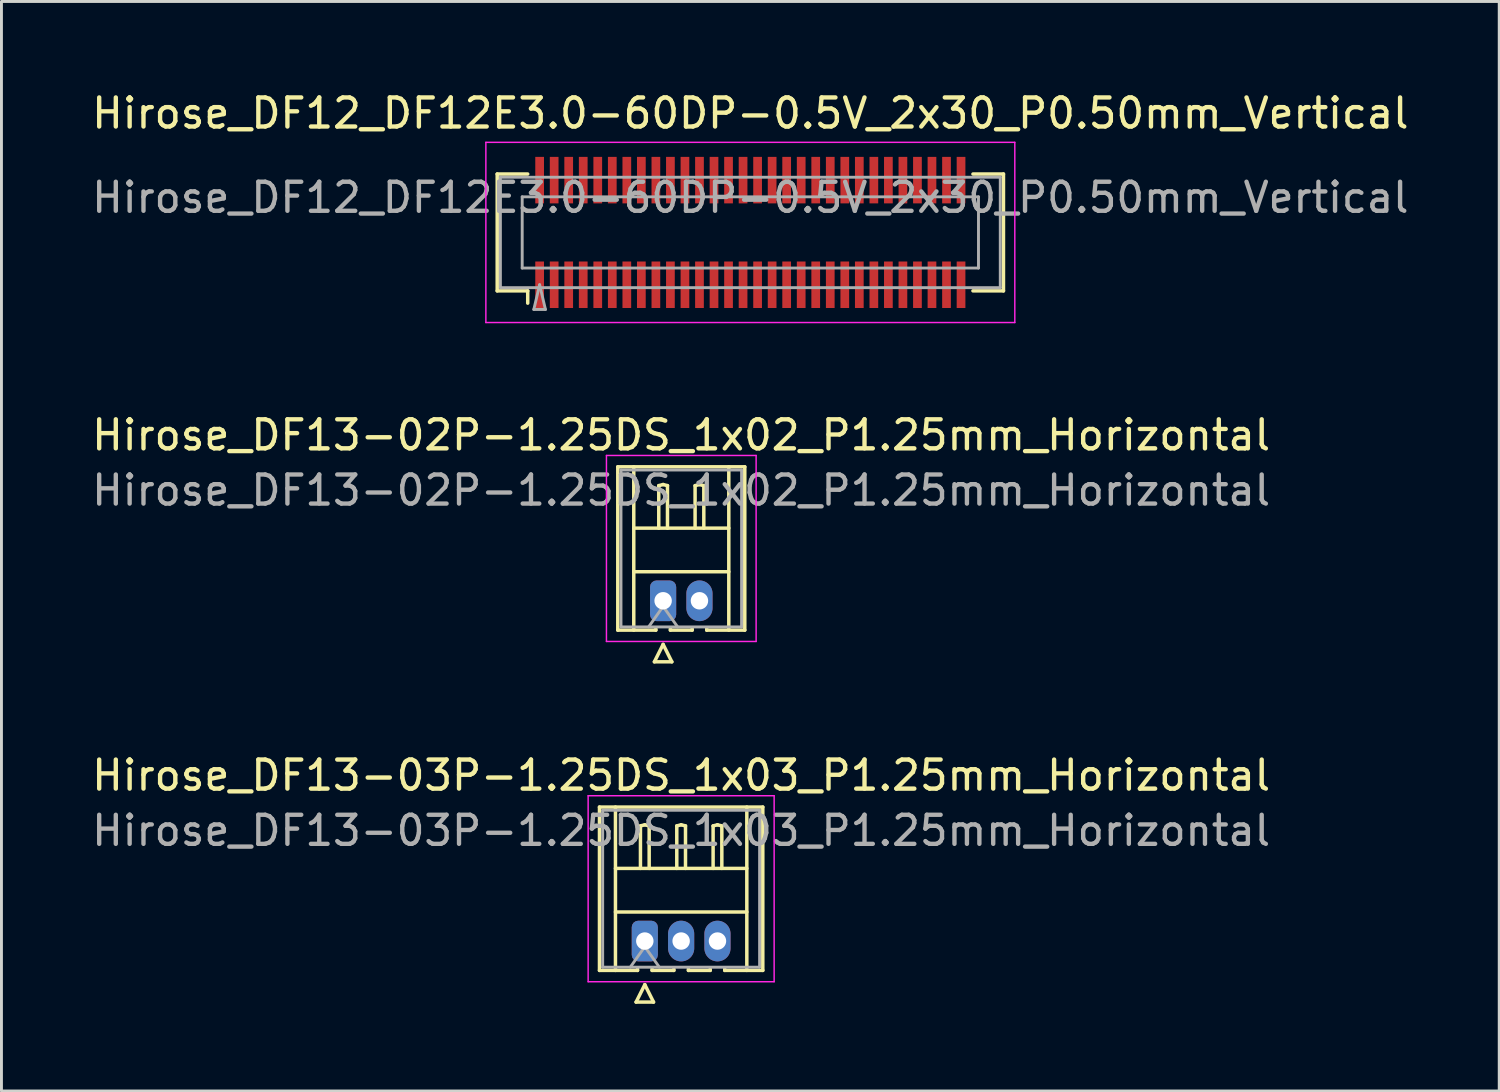
<source format=kicad_pcb>
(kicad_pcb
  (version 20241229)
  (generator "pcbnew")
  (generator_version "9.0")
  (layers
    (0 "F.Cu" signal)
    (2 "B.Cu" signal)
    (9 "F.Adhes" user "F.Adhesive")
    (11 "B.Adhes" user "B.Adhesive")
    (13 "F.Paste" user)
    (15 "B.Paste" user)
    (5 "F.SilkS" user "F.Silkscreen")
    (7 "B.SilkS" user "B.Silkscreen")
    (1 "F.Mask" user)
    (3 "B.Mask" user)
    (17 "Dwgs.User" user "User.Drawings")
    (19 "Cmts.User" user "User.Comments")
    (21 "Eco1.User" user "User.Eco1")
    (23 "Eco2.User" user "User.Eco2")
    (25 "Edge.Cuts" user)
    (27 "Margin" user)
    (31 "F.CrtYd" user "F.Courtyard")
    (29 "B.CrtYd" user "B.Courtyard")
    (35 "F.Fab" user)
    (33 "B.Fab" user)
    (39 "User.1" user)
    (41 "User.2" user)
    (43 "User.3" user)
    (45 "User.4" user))
  (footprint "Hirose_DF12_DF12E3.0-60DP-0.5V_2x30_P0.50mm_Vertical"
    (layer "F.Cu")
    (at 22.768 4.948)
    (property "Reference" "Hirose_DF12_DF12E3.0-60DP-0.5V_2x30_P0.50mm_Vertical" (at 0 -4.1 0) (layer "F.SilkS") (effects (font (size 1 1) (thickness 0.15))))
    (attr smd)
    (fp_line (start -8.71 -2.01) (end -7.66 -2.01) (stroke (width 0.12) (type solid)) (layer "F.SilkS"))
    (fp_line (start -8.71 2.01) (end -8.71 -2.01) (stroke (width 0.12) (type solid)) (layer "F.SilkS"))
    (fp_line (start -7.66 2.01) (end -8.71 2.01) (stroke (width 0.12) (type solid)) (layer "F.SilkS"))
    (fp_line (start -7.66 2.433) (end -7.66 2.01) (stroke (width 0.12) (type solid)) (layer "F.SilkS"))
    (fp_line (start 7.66 2.01) (end 8.71 2.01) (stroke (width 0.12) (type solid)) (layer "F.SilkS"))
    (fp_line (start 8.71 -2.01) (end 7.66 -2.01) (stroke (width 0.12) (type solid)) (layer "F.SilkS"))
    (fp_line (start 8.71 2.01) (end 8.71 -2.01) (stroke (width 0.12) (type solid)) (layer "F.SilkS"))
    (fp_line (start -9.1 -3.1) (end -9.1 3.1) (stroke (width 0.05) (type solid)) (layer "F.CrtYd"))
    (fp_line (start -9.1 3.1) (end 9.1 3.1) (stroke (width 0.05) (type solid)) (layer "F.CrtYd"))
    (fp_line (start 9.1 -3.1) (end -9.1 -3.1) (stroke (width 0.05) (type solid)) (layer "F.CrtYd"))
    (fp_line (start 9.1 3.1) (end 9.1 -3.1) (stroke (width 0.05) (type solid)) (layer "F.CrtYd"))
    (fp_line (start -8.6 -1.9) (end 8.6 -1.9) (stroke (width 0.1) (type solid)) (layer "F.Fab"))
    (fp_line (start -8.6 1.9) (end -8.6 -1.9) (stroke (width 0.1) (type solid)) (layer "F.Fab"))
    (fp_line (start -7.85 -1.225) (end 7.85 -1.225) (stroke (width 0.1) (type solid)) (layer "F.Fab"))
    (fp_line (start -7.85 1.225) (end -7.85 -1.225) (stroke (width 0.1) (type solid)) (layer "F.Fab"))
    (fp_line (start -7.45 2.65) (end -7.25 1.8) (stroke (width 0.1) (type solid)) (layer "F.Fab"))
    (fp_line (start -7.25 1.8) (end -7.05 2.65) (stroke (width 0.1) (type solid)) (layer "F.Fab"))
    (fp_line (start -7.05 2.65) (end -7.45 2.65) (stroke (width 0.1) (type solid)) (layer "F.Fab"))
    (fp_line (start 7.85 -1.225) (end 7.85 1.225) (stroke (width 0.1) (type solid)) (layer "F.Fab"))
    (fp_line (start 7.85 1.225) (end -7.85 1.225) (stroke (width 0.1) (type solid)) (layer "F.Fab"))
    (fp_line (start 8.6 -1.9) (end 8.6 1.9) (stroke (width 0.1) (type solid)) (layer "F.Fab"))
    (fp_line (start 8.6 1.9) (end -8.6 1.9) (stroke (width 0.1) (type solid)) (layer "F.Fab"))
    (fp_text user "${REFERENCE}" (at 0 -1.2 0) (layer "F.Fab") (effects (font (size 1 1) (thickness 0.15))))
    (pad "" smd rect (at -7.25 -2) (size 0.28 1.2) (layers "F.Paste"))
    (pad "" smd rect (at -7.25 2) (size 0.28 1.2) (layers "F.Paste"))
    (pad "" smd rect (at -6.75 -2) (size 0.28 1.2) (layers "F.Paste"))
    (pad "" smd rect (at -6.75 2) (size 0.28 1.2) (layers "F.Paste"))
    (pad "" smd rect (at -6.25 -2) (size 0.28 1.2) (layers "F.Paste"))
    (pad "" smd rect (at -6.25 2) (size 0.28 1.2) (layers "F.Paste"))
    (pad "" smd rect (at -5.75 -2) (size 0.28 1.2) (layers "F.Paste"))
    (pad "" smd rect (at -5.75 2) (size 0.28 1.2) (layers "F.Paste"))
    (pad "" smd rect (at -5.25 -2) (size 0.28 1.2) (layers "F.Paste"))
    (pad "" smd rect (at -5.25 2) (size 0.28 1.2) (layers "F.Paste"))
    (pad "" smd rect (at -4.75 -2) (size 0.28 1.2) (layers "F.Paste"))
    (pad "" smd rect (at -4.75 2) (size 0.28 1.2) (layers "F.Paste"))
    (pad "" smd rect (at -4.25 -2) (size 0.28 1.2) (layers "F.Paste"))
    (pad "" smd rect (at -4.25 2) (size 0.28 1.2) (layers "F.Paste"))
    (pad "" smd rect (at -3.75 -2) (size 0.28 1.2) (layers "F.Paste"))
    (pad "" smd rect (at -3.75 2) (size 0.28 1.2) (layers "F.Paste"))
    (pad "" smd rect (at -3.25 -2) (size 0.28 1.2) (layers "F.Paste"))
    (pad "" smd rect (at -3.25 2) (size 0.28 1.2) (layers "F.Paste"))
    (pad "" smd rect (at -2.75 -2) (size 0.28 1.2) (layers "F.Paste"))
    (pad "" smd rect (at -2.75 2) (size 0.28 1.2) (layers "F.Paste"))
    (pad "" smd rect (at -2.25 -2) (size 0.28 1.2) (layers "F.Paste"))
    (pad "" smd rect (at -2.25 2) (size 0.28 1.2) (layers "F.Paste"))
    (pad "" smd rect (at -1.75 -2) (size 0.28 1.2) (layers "F.Paste"))
    (pad "" smd rect (at -1.75 2) (size 0.28 1.2) (layers "F.Paste"))
    (pad "" smd rect (at -1.25 -2) (size 0.28 1.2) (layers "F.Paste"))
    (pad "" smd rect (at -1.25 2) (size 0.28 1.2) (layers "F.Paste"))
    (pad "" smd rect (at -0.75 -2) (size 0.28 1.2) (layers "F.Paste"))
    (pad "" smd rect (at -0.75 2) (size 0.28 1.2) (layers "F.Paste"))
    (pad "" smd rect (at -0.25 -2) (size 0.28 1.2) (layers "F.Paste"))
    (pad "" smd rect (at -0.25 2) (size 0.28 1.2) (layers "F.Paste"))
    (pad "" smd rect (at 0.25 -2) (size 0.28 1.2) (layers "F.Paste"))
    (pad "" smd rect (at 0.25 2) (size 0.28 1.2) (layers "F.Paste"))
    (pad "" smd rect (at 0.75 -2) (size 0.28 1.2) (layers "F.Paste"))
    (pad "" smd rect (at 0.75 2) (size 0.28 1.2) (layers "F.Paste"))
    (pad "" smd rect (at 1.25 -2) (size 0.28 1.2) (layers "F.Paste"))
    (pad "" smd rect (at 1.25 2) (size 0.28 1.2) (layers "F.Paste"))
    (pad "" smd rect (at 1.75 -2) (size 0.28 1.2) (layers "F.Paste"))
    (pad "" smd rect (at 1.75 2) (size 0.28 1.2) (layers "F.Paste"))
    (pad "" smd rect (at 2.25 -2) (size 0.28 1.2) (layers "F.Paste"))
    (pad "" smd rect (at 2.25 2) (size 0.28 1.2) (layers "F.Paste"))
    (pad "" smd rect (at 2.75 -2) (size 0.28 1.2) (layers "F.Paste"))
    (pad "" smd rect (at 2.75 2) (size 0.28 1.2) (layers "F.Paste"))
    (pad "" smd rect (at 3.25 -2) (size 0.28 1.2) (layers "F.Paste"))
    (pad "" smd rect (at 3.25 2) (size 0.28 1.2) (layers "F.Paste"))
    (pad "" smd rect (at 3.75 -2) (size 0.28 1.2) (layers "F.Paste"))
    (pad "" smd rect (at 3.75 2) (size 0.28 1.2) (layers "F.Paste"))
    (pad "" smd rect (at 4.25 -2) (size 0.28 1.2) (layers "F.Paste"))
    (pad "" smd rect (at 4.25 2) (size 0.28 1.2) (layers "F.Paste"))
    (pad "" smd rect (at 4.75 -2) (size 0.28 1.2) (layers "F.Paste"))
    (pad "" smd rect (at 4.75 2) (size 0.28 1.2) (layers "F.Paste"))
    (pad "" smd rect (at 5.25 -2) (size 0.28 1.2) (layers "F.Paste"))
    (pad "" smd rect (at 5.25 2) (size 0.28 1.2) (layers "F.Paste"))
    (pad "" smd rect (at 5.75 -2) (size 0.28 1.2) (layers "F.Paste"))
    (pad "" smd rect (at 5.75 2) (size 0.28 1.2) (layers "F.Paste"))
    (pad "" smd rect (at 6.25 -2) (size 0.28 1.2) (layers "F.Paste"))
    (pad "" smd rect (at 6.25 2) (size 0.28 1.2) (layers "F.Paste"))
    (pad "" smd rect (at 6.75 -2) (size 0.28 1.2) (layers "F.Paste"))
    (pad "" smd rect (at 6.75 2) (size 0.28 1.2) (layers "F.Paste"))
    (pad "" smd rect (at 7.25 -2) (size 0.28 1.2) (layers "F.Paste"))
    (pad "" smd rect (at 7.25 2) (size 0.28 1.2) (layers "F.Paste"))
    (pad "1" smd rect (at -7.25 1.8) (size 0.3 1.6) (layers "F.Cu" "F.Mask"))
    (pad "2" smd rect (at -6.75 1.8) (size 0.3 1.6) (layers "F.Cu" "F.Mask"))
    (pad "3" smd rect (at -6.25 1.8) (size 0.3 1.6) (layers "F.Cu" "F.Mask"))
    (pad "4" smd rect (at -5.75 1.8) (size 0.3 1.6) (layers "F.Cu" "F.Mask"))
    (pad "5" smd rect (at -5.25 1.8) (size 0.3 1.6) (layers "F.Cu" "F.Mask"))
    (pad "6" smd rect (at -4.75 1.8) (size 0.3 1.6) (layers "F.Cu" "F.Mask"))
    (pad "7" smd rect (at -4.25 1.8) (size 0.3 1.6) (layers "F.Cu" "F.Mask"))
    (pad "8" smd rect (at -3.75 1.8) (size 0.3 1.6) (layers "F.Cu" "F.Mask"))
    (pad "9" smd rect (at -3.25 1.8) (size 0.3 1.6) (layers "F.Cu" "F.Mask"))
    (pad "10" smd rect (at -2.75 1.8) (size 0.3 1.6) (layers "F.Cu" "F.Mask"))
    (pad "11" smd rect (at -2.25 1.8) (size 0.3 1.6) (layers "F.Cu" "F.Mask"))
    (pad "12" smd rect (at -1.75 1.8) (size 0.3 1.6) (layers "F.Cu" "F.Mask"))
    (pad "13" smd rect (at -1.25 1.8) (size 0.3 1.6) (layers "F.Cu" "F.Mask"))
    (pad "14" smd rect (at -0.75 1.8) (size 0.3 1.6) (layers "F.Cu" "F.Mask"))
    (pad "15" smd rect (at -0.25 1.8) (size 0.3 1.6) (layers "F.Cu" "F.Mask"))
    (pad "16" smd rect (at 0.25 1.8) (size 0.3 1.6) (layers "F.Cu" "F.Mask"))
    (pad "17" smd rect (at 0.75 1.8) (size 0.3 1.6) (layers "F.Cu" "F.Mask"))
    (pad "18" smd rect (at 1.25 1.8) (size 0.3 1.6) (layers "F.Cu" "F.Mask"))
    (pad "19" smd rect (at 1.75 1.8) (size 0.3 1.6) (layers "F.Cu" "F.Mask"))
    (pad "20" smd rect (at 2.25 1.8) (size 0.3 1.6) (layers "F.Cu" "F.Mask"))
    (pad "21" smd rect (at 2.75 1.8) (size 0.3 1.6) (layers "F.Cu" "F.Mask"))
    (pad "22" smd rect (at 3.25 1.8) (size 0.3 1.6) (layers "F.Cu" "F.Mask"))
    (pad "23" smd rect (at 3.75 1.8) (size 0.3 1.6) (layers "F.Cu" "F.Mask"))
    (pad "24" smd rect (at 4.25 1.8) (size 0.3 1.6) (layers "F.Cu" "F.Mask"))
    (pad "25" smd rect (at 4.75 1.8) (size 0.3 1.6) (layers "F.Cu" "F.Mask"))
    (pad "26" smd rect (at 5.25 1.8) (size 0.3 1.6) (layers "F.Cu" "F.Mask"))
    (pad "27" smd rect (at 5.75 1.8) (size 0.3 1.6) (layers "F.Cu" "F.Mask"))
    (pad "28" smd rect (at 6.25 1.8) (size 0.3 1.6) (layers "F.Cu" "F.Mask"))
    (pad "29" smd rect (at 6.75 1.8) (size 0.3 1.6) (layers "F.Cu" "F.Mask"))
    (pad "30" smd rect (at 7.25 1.8) (size 0.3 1.6) (layers "F.Cu" "F.Mask"))
    (pad "31" smd rect (at -7.25 -1.8) (size 0.3 1.6) (layers "F.Cu" "F.Mask"))
    (pad "32" smd rect (at -6.75 -1.8) (size 0.3 1.6) (layers "F.Cu" "F.Mask"))
    (pad "33" smd rect (at -6.25 -1.8) (size 0.3 1.6) (layers "F.Cu" "F.Mask"))
    (pad "34" smd rect (at -5.75 -1.8) (size 0.3 1.6) (layers "F.Cu" "F.Mask"))
    (pad "35" smd rect (at -5.25 -1.8) (size 0.3 1.6) (layers "F.Cu" "F.Mask"))
    (pad "36" smd rect (at -4.75 -1.8) (size 0.3 1.6) (layers "F.Cu" "F.Mask"))
    (pad "37" smd rect (at -4.25 -1.8) (size 0.3 1.6) (layers "F.Cu" "F.Mask"))
    (pad "38" smd rect (at -3.75 -1.8) (size 0.3 1.6) (layers "F.Cu" "F.Mask"))
    (pad "39" smd rect (at -3.25 -1.8) (size 0.3 1.6) (layers "F.Cu" "F.Mask"))
    (pad "40" smd rect (at -2.75 -1.8) (size 0.3 1.6) (layers "F.Cu" "F.Mask"))
    (pad "41" smd rect (at -2.25 -1.8) (size 0.3 1.6) (layers "F.Cu" "F.Mask"))
    (pad "42" smd rect (at -1.75 -1.8) (size 0.3 1.6) (layers "F.Cu" "F.Mask"))
    (pad "43" smd rect (at -1.25 -1.8) (size 0.3 1.6) (layers "F.Cu" "F.Mask"))
    (pad "44" smd rect (at -0.75 -1.8) (size 0.3 1.6) (layers "F.Cu" "F.Mask"))
    (pad "45" smd rect (at -0.25 -1.8) (size 0.3 1.6) (layers "F.Cu" "F.Mask"))
    (pad "46" smd rect (at 0.25 -1.8) (size 0.3 1.6) (layers "F.Cu" "F.Mask"))
    (pad "47" smd rect (at 0.75 -1.8) (size 0.3 1.6) (layers "F.Cu" "F.Mask"))
    (pad "48" smd rect (at 1.25 -1.8) (size 0.3 1.6) (layers "F.Cu" "F.Mask"))
    (pad "49" smd rect (at 1.75 -1.8) (size 0.3 1.6) (layers "F.Cu" "F.Mask"))
    (pad "50" smd rect (at 2.25 -1.8) (size 0.3 1.6) (layers "F.Cu" "F.Mask"))
    (pad "51" smd rect (at 2.75 -1.8) (size 0.3 1.6) (layers "F.Cu" "F.Mask"))
    (pad "52" smd rect (at 3.25 -1.8) (size 0.3 1.6) (layers "F.Cu" "F.Mask"))
    (pad "53" smd rect (at 3.75 -1.8) (size 0.3 1.6) (layers "F.Cu" "F.Mask"))
    (pad "54" smd rect (at 4.25 -1.8) (size 0.3 1.6) (layers "F.Cu" "F.Mask"))
    (pad "55" smd rect (at 4.75 -1.8) (size 0.3 1.6) (layers "F.Cu" "F.Mask"))
    (pad "56" smd rect (at 5.25 -1.8) (size 0.3 1.6) (layers "F.Cu" "F.Mask"))
    (pad "57" smd rect (at 5.75 -1.8) (size 0.3 1.6) (layers "F.Cu" "F.Mask"))
    (pad "58" smd rect (at 6.25 -1.8) (size 0.3 1.6) (layers "F.Cu" "F.Mask"))
    (pad "59" smd rect (at 6.75 -1.8) (size 0.3 1.6) (layers "F.Cu" "F.Mask"))
    (pad "60" smd rect (at 7.25 -1.8) (size 0.3 1.6) (layers "F.Cu" "F.Mask")))
  (footprint "Hirose_DF13-03P-1.25DS_1x03_P1.25mm_Horizontal"
    (layer "F.Cu")
    (at 19.137 29.33)
    (property "Reference" "Hirose_DF13-03P-1.25DS_1x03_P1.25mm_Horizontal" (at 1.25 -5.7 0) (layer "F.SilkS") (effects (font (size 1 1) (thickness 0.15))))
    (attr through_hole)
    (fp_line (start -1.56 -4.61) (end 4.06 -4.61) (stroke (width 0.12) (type solid)) (layer "F.SilkS"))
    (fp_line (start -1.56 1.01) (end -1.56 -4.61) (stroke (width 0.12) (type solid)) (layer "F.SilkS"))
    (fp_line (start -1.01 -4.61) (end -1.01 1.01) (stroke (width 0.12) (type solid)) (layer "F.SilkS"))
    (fp_line (start -1.01 -2.5) (end 3.51 -2.5) (stroke (width 0.12) (type solid)) (layer "F.SilkS"))
    (fp_line (start -1.01 -1) (end 3.51 -1) (stroke (width 0.12) (type solid)) (layer "F.SilkS"))
    (fp_line (start -0.3 2.1) (end 0.3 2.1) (stroke (width 0.12) (type solid)) (layer "F.SilkS"))
    (fp_line (start -0.25 0.96) (end -0.25 1.01) (stroke (width 0.12) (type solid)) (layer "F.SilkS"))
    (fp_line (start -0.25 1.01) (end -1.56 1.01) (stroke (width 0.12) (type solid)) (layer "F.SilkS"))
    (fp_line (start -0.15 -3.962) (end 0 -4) (stroke (width 0.12) (type solid)) (layer "F.SilkS"))
    (fp_line (start -0.15 -2.5) (end -0.15 -3.962) (stroke (width 0.12) (type solid)) (layer "F.SilkS"))
    (fp_line (start 0 -4) (end 0.15 -3.962) (stroke (width 0.12) (type solid)) (layer "F.SilkS"))
    (fp_line (start 0 1.5) (end -0.3 2.1) (stroke (width 0.12) (type solid)) (layer "F.SilkS"))
    (fp_line (start 0.15 -3.962) (end 0.15 -2.5) (stroke (width 0.12) (type solid)) (layer "F.SilkS"))
    (fp_line (start 0.25 0.96) (end 0.25 1.01) (stroke (width 0.12) (type solid)) (layer "F.SilkS"))
    (fp_line (start 0.25 1.01) (end 1 1.01) (stroke (width 0.12) (type solid)) (layer "F.SilkS"))
    (fp_line (start 0.3 2.1) (end 0 1.5) (stroke (width 0.12) (type solid)) (layer "F.SilkS"))
    (fp_line (start 1 1.01) (end 1 0.96) (stroke (width 0.12) (type solid)) (layer "F.SilkS"))
    (fp_line (start 1.1 -3.962) (end 1.25 -4) (stroke (width 0.12) (type solid)) (layer "F.SilkS"))
    (fp_line (start 1.1 -2.5) (end 1.1 -3.962) (stroke (width 0.12) (type solid)) (layer "F.SilkS"))
    (fp_line (start 1.25 -4) (end 1.4 -3.962) (stroke (width 0.12) (type solid)) (layer "F.SilkS"))
    (fp_line (start 1.4 -3.962) (end 1.4 -2.5) (stroke (width 0.12) (type solid)) (layer "F.SilkS"))
    (fp_line (start 1.5 0.96) (end 1.5 1.01) (stroke (width 0.12) (type solid)) (layer "F.SilkS"))
    (fp_line (start 1.5 1.01) (end 2.25 1.01) (stroke (width 0.12) (type solid)) (layer "F.SilkS"))
    (fp_line (start 2.25 1.01) (end 2.25 0.96) (stroke (width 0.12) (type solid)) (layer "F.SilkS"))
    (fp_line (start 2.35 -3.962) (end 2.5 -4) (stroke (width 0.12) (type solid)) (layer "F.SilkS"))
    (fp_line (start 2.35 -2.5) (end 2.35 -3.962) (stroke (width 0.12) (type solid)) (layer "F.SilkS"))
    (fp_line (start 2.5 -4) (end 2.65 -3.962) (stroke (width 0.12) (type solid)) (layer "F.SilkS"))
    (fp_line (start 2.65 -3.962) (end 2.65 -2.5) (stroke (width 0.12) (type solid)) (layer "F.SilkS"))
    (fp_line (start 2.75 1.01) (end 2.75 0.96) (stroke (width 0.12) (type solid)) (layer "F.SilkS"))
    (fp_line (start 3.51 -4.61) (end 3.51 1.01) (stroke (width 0.12) (type solid)) (layer "F.SilkS"))
    (fp_line (start 4.06 -4.61) (end 4.06 1.01) (stroke (width 0.12) (type solid)) (layer "F.SilkS"))
    (fp_line (start 4.06 1.01) (end 2.75 1.01) (stroke (width 0.12) (type solid)) (layer "F.SilkS"))
    (fp_line (start -1.95 -5) (end -1.95 1.4) (stroke (width 0.05) (type solid)) (layer "F.CrtYd"))
    (fp_line (start -1.95 1.4) (end 4.45 1.4) (stroke (width 0.05) (type solid)) (layer "F.CrtYd"))
    (fp_line (start 4.45 -5) (end -1.95 -5) (stroke (width 0.05) (type solid)) (layer "F.CrtYd"))
    (fp_line (start 4.45 1.4) (end 4.45 -5) (stroke (width 0.05) (type solid)) (layer "F.CrtYd"))
    (fp_line (start -1.45 -4.5) (end -1.45 0.9) (stroke (width 0.1) (type solid)) (layer "F.Fab"))
    (fp_line (start -1.45 0.9) (end 3.95 0.9) (stroke (width 0.1) (type solid)) (layer "F.Fab"))
    (fp_line (start -0.5 0.9) (end 0 0.193) (stroke (width 0.1) (type solid)) (layer "F.Fab"))
    (fp_line (start 0 0.193) (end 0.5 0.9) (stroke (width 0.1) (type solid)) (layer "F.Fab"))
    (fp_line (start 3.95 -4.5) (end -1.45 -4.5) (stroke (width 0.1) (type solid)) (layer "F.Fab"))
    (fp_line (start 3.95 0.9) (end 3.95 -4.5) (stroke (width 0.1) (type solid)) (layer "F.Fab"))
    (fp_text user "${REFERENCE}" (at 1.25 -3.8 0) (layer "F.Fab") (effects (font (size 1 1) (thickness 0.15))))
    (pad "1" thru_hole roundrect (at 0 0) (size 0.9 1.4) (drill 0.6) (layers "*.Cu" "*.Mask") (roundrect_rratio 0.25))
    (pad "2" thru_hole oval (at 1.25 0) (size 0.9 1.4) (drill 0.6) (layers "*.Cu" "*.Mask"))
    (pad "3" thru_hole oval (at 2.5 0) (size 0.9 1.4) (drill 0.6) (layers "*.Cu" "*.Mask")))
  (footprint "Hirose_DF13-02P-1.25DS_1x02_P1.25mm_Horizontal"
    (layer "F.Cu")
    (at 19.767 17.622)
    (property "Reference" "Hirose_DF13-02P-1.25DS_1x02_P1.25mm_Horizontal" (at 0.62 -5.7 0) (layer "F.SilkS") (effects (font (size 1 1) (thickness 0.15))))
    (attr through_hole)
    (fp_line (start -1.56 -4.61) (end 2.81 -4.61) (stroke (width 0.12) (type solid)) (layer "F.SilkS"))
    (fp_line (start -1.56 1.01) (end -1.56 -4.61) (stroke (width 0.12) (type solid)) (layer "F.SilkS"))
    (fp_line (start -1.01 -4.61) (end -1.01 1.01) (stroke (width 0.12) (type solid)) (layer "F.SilkS"))
    (fp_line (start -1.01 -2.5) (end 2.26 -2.5) (stroke (width 0.12) (type solid)) (layer "F.SilkS"))
    (fp_line (start -1.01 -1) (end 2.26 -1) (stroke (width 0.12) (type solid)) (layer "F.SilkS"))
    (fp_line (start -0.3 2.1) (end 0.3 2.1) (stroke (width 0.12) (type solid)) (layer "F.SilkS"))
    (fp_line (start -0.25 0.96) (end -0.25 1.01) (stroke (width 0.12) (type solid)) (layer "F.SilkS"))
    (fp_line (start -0.25 1.01) (end -1.56 1.01) (stroke (width 0.12) (type solid)) (layer "F.SilkS"))
    (fp_line (start -0.15 -3.962) (end 0 -4) (stroke (width 0.12) (type solid)) (layer "F.SilkS"))
    (fp_line (start -0.15 -2.5) (end -0.15 -3.962) (stroke (width 0.12) (type solid)) (layer "F.SilkS"))
    (fp_line (start 0 -4) (end 0.15 -3.962) (stroke (width 0.12) (type solid)) (layer "F.SilkS"))
    (fp_line (start 0 1.5) (end -0.3 2.1) (stroke (width 0.12) (type solid)) (layer "F.SilkS"))
    (fp_line (start 0.15 -3.962) (end 0.15 -2.5) (stroke (width 0.12) (type solid)) (layer "F.SilkS"))
    (fp_line (start 0.25 0.96) (end 0.25 1.01) (stroke (width 0.12) (type solid)) (layer "F.SilkS"))
    (fp_line (start 0.25 1.01) (end 1 1.01) (stroke (width 0.12) (type solid)) (layer "F.SilkS"))
    (fp_line (start 0.3 2.1) (end 0 1.5) (stroke (width 0.12) (type solid)) (layer "F.SilkS"))
    (fp_line (start 1 1.01) (end 1 0.96) (stroke (width 0.12) (type solid)) (layer "F.SilkS"))
    (fp_line (start 1.1 -3.962) (end 1.25 -4) (stroke (width 0.12) (type solid)) (layer "F.SilkS"))
    (fp_line (start 1.1 -2.5) (end 1.1 -3.962) (stroke (width 0.12) (type solid)) (layer "F.SilkS"))
    (fp_line (start 1.25 -4) (end 1.4 -3.962) (stroke (width 0.12) (type solid)) (layer "F.SilkS"))
    (fp_line (start 1.4 -3.962) (end 1.4 -2.5) (stroke (width 0.12) (type solid)) (layer "F.SilkS"))
    (fp_line (start 1.5 1.01) (end 1.5 0.96) (stroke (width 0.12) (type solid)) (layer "F.SilkS"))
    (fp_line (start 2.26 -4.61) (end 2.26 1.01) (stroke (width 0.12) (type solid)) (layer "F.SilkS"))
    (fp_line (start 2.81 -4.61) (end 2.81 1.01) (stroke (width 0.12) (type solid)) (layer "F.SilkS"))
    (fp_line (start 2.81 1.01) (end 1.5 1.01) (stroke (width 0.12) (type solid)) (layer "F.SilkS"))
    (fp_line (start -1.95 -5) (end -1.95 1.4) (stroke (width 0.05) (type solid)) (layer "F.CrtYd"))
    (fp_line (start -1.95 1.4) (end 3.2 1.4) (stroke (width 0.05) (type solid)) (layer "F.CrtYd"))
    (fp_line (start 3.2 -5) (end -1.95 -5) (stroke (width 0.05) (type solid)) (layer "F.CrtYd"))
    (fp_line (start 3.2 1.4) (end 3.2 -5) (stroke (width 0.05) (type solid)) (layer "F.CrtYd"))
    (fp_line (start -1.45 -4.5) (end -1.45 0.9) (stroke (width 0.1) (type solid)) (layer "F.Fab"))
    (fp_line (start -1.45 0.9) (end 2.7 0.9) (stroke (width 0.1) (type solid)) (layer "F.Fab"))
    (fp_line (start -0.5 0.9) (end 0 0.193) (stroke (width 0.1) (type solid)) (layer "F.Fab"))
    (fp_line (start 0 0.193) (end 0.5 0.9) (stroke (width 0.1) (type solid)) (layer "F.Fab"))
    (fp_line (start 2.7 -4.5) (end -1.45 -4.5) (stroke (width 0.1) (type solid)) (layer "F.Fab"))
    (fp_line (start 2.7 0.9) (end 2.7 -4.5) (stroke (width 0.1) (type solid)) (layer "F.Fab"))
    (fp_text user "${REFERENCE}" (at 0.62 -3.8 0) (layer "F.Fab") (effects (font (size 1 1) (thickness 0.15))))
    (pad "1" thru_hole roundrect (at 0 0) (size 0.9 1.4) (drill 0.6) (layers "*.Cu" "*.Mask") (roundrect_rratio 0.25))
    (pad "2" thru_hole oval (at 1.25 0) (size 0.9 1.4) (drill 0.6) (layers "*.Cu" "*.Mask")))
  (gr_rect
    (start -3 -3)
    (end 48.536 34.49)
    (stroke (width 0.1) (type default))
    (fill no)
    (layer "Edge.Cuts")))
</source>
